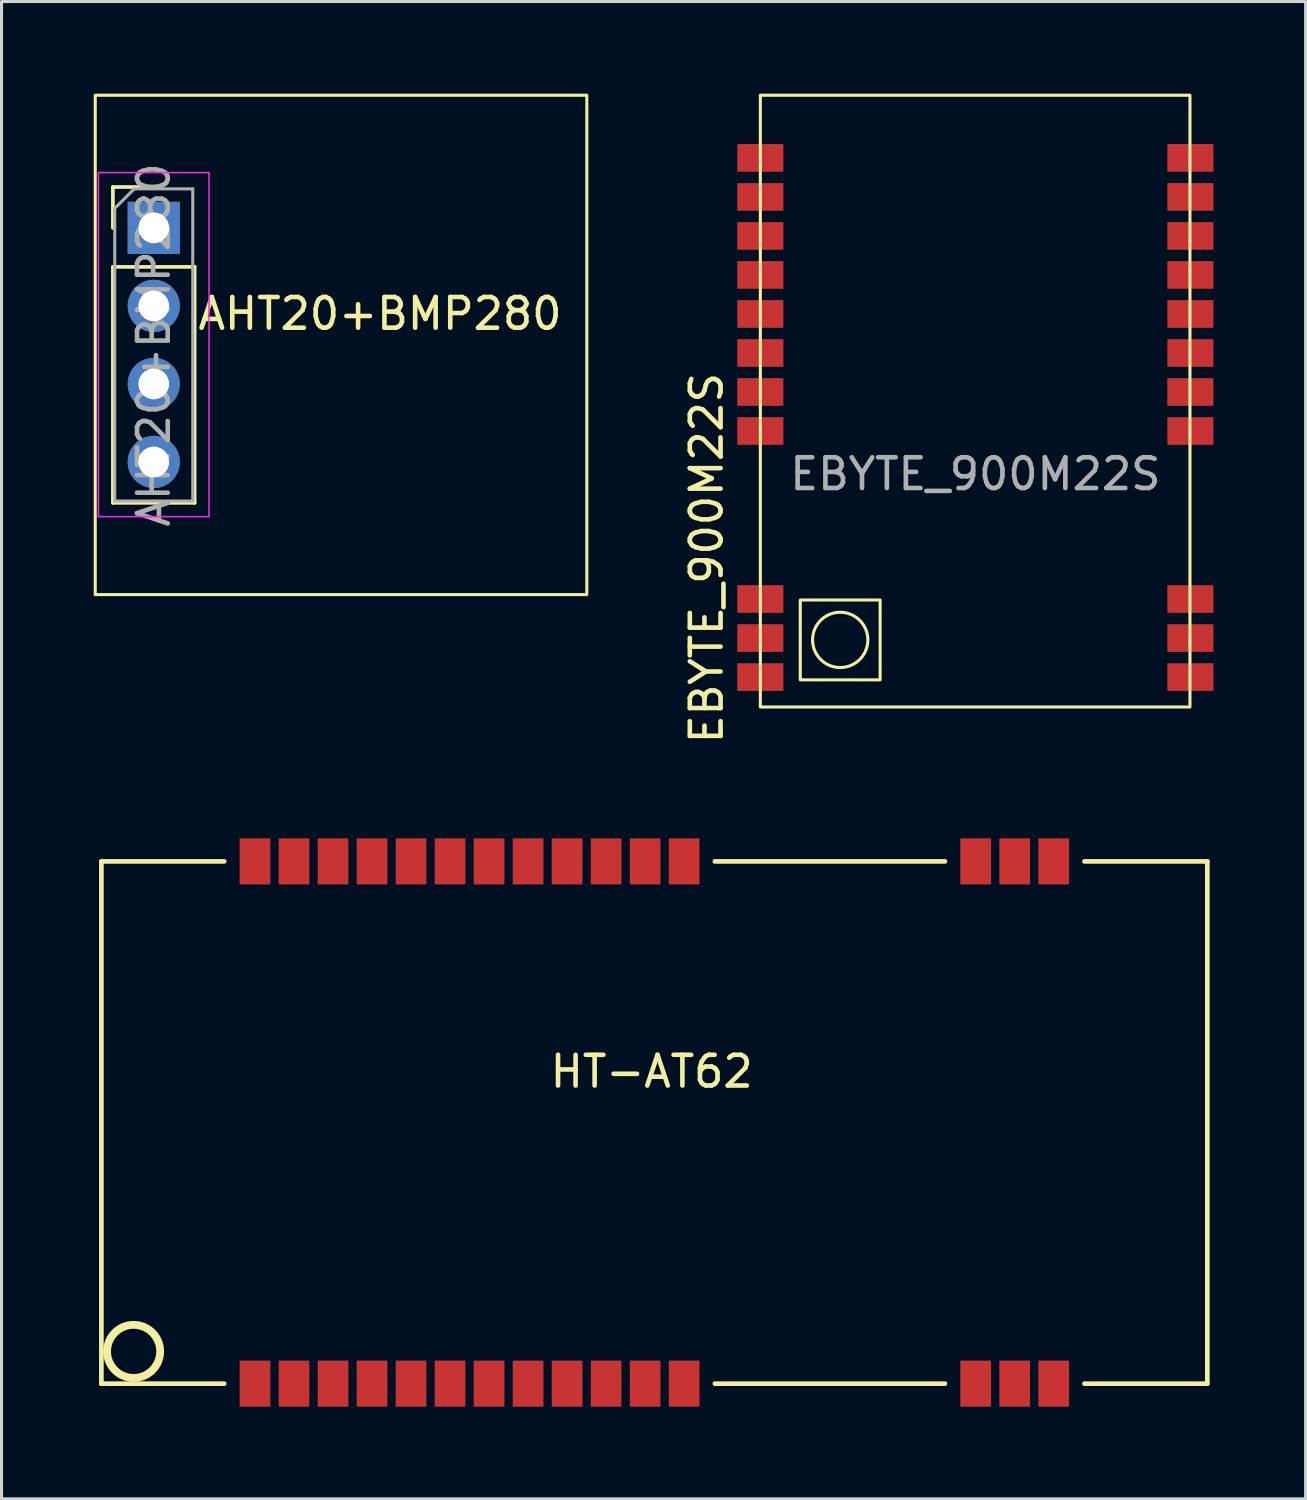
<source format=kicad_pcb>
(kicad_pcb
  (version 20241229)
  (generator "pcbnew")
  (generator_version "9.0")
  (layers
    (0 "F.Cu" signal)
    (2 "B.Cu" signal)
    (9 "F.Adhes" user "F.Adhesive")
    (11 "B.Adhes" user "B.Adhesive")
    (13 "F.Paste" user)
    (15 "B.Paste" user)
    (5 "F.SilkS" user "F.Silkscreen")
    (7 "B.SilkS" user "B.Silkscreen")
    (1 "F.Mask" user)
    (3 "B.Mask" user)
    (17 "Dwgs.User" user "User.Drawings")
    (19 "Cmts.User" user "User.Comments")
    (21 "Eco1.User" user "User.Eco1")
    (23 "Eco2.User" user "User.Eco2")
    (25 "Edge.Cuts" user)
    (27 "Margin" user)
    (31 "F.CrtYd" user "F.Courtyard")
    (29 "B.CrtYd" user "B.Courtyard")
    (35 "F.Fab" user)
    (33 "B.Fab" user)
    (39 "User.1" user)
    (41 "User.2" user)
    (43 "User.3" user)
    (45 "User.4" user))
  (footprint "HT-AT62"
    (layer "F.Cu")
    (at 0.25 41.99)
    (property "Reference" "HT-AT62" (at 17.913 -10.16 0) (layer "F.SilkS") (effects (font (size 1 1) (thickness 0.15))))
    (fp_line (start 0 -17) (end 4 -17) (stroke (width 0.152) (type solid)) (layer "F.SilkS"))
    (fp_line (start 0 0) (end 0 -17) (stroke (width 0.152) (type solid)) (layer "F.SilkS"))
    (fp_line (start 0 0) (end 4 0) (stroke (width 0.152) (type solid)) (layer "F.SilkS"))
    (fp_line (start 19.97 -17) (end 27.46 -17) (stroke (width 0.152) (type solid)) (layer "F.SilkS"))
    (fp_line (start 19.97 0) (end 27.46 0) (stroke (width 0.152) (type solid)) (layer "F.SilkS"))
    (fp_line (start 32 -17) (end 36 -17) (stroke (width 0.152) (type solid)) (layer "F.SilkS"))
    (fp_line (start 32 0) (end 36 0) (stroke (width 0.152) (type solid)) (layer "F.SilkS"))
    (fp_line (start 36 0) (end 36 -17) (stroke (width 0.152) (type solid)) (layer "F.SilkS"))
    (fp_circle (center 1.05 -1.05) (end 1.05 -1.914) (stroke (width 0.254) (type solid)) (fill no) (layer "F.SilkS"))
    (pad "1" smd rect (at 5 0) (size 1 1.5) (layers "F.Cu" "F.Mask" "F.Paste"))
    (pad "2" smd rect (at 6.27 0) (size 1 1.5) (layers "F.Cu" "F.Mask" "F.Paste"))
    (pad "3" smd rect (at 7.54 0) (size 1 1.5) (layers "F.Cu" "F.Mask" "F.Paste"))
    (pad "4" smd rect (at 8.81 0) (size 1 1.5) (layers "F.Cu" "F.Mask" "F.Paste"))
    (pad "5" smd rect (at 10.08 0) (size 1 1.5) (layers "F.Cu" "F.Mask" "F.Paste"))
    (pad "6" smd rect (at 11.35 0) (size 1 1.5) (layers "F.Cu" "F.Mask" "F.Paste"))
    (pad "7" smd rect (at 12.62 0) (size 1 1.5) (layers "F.Cu" "F.Mask" "F.Paste"))
    (pad "8" smd rect (at 13.89 0 180) (size 1 1.5) (layers "F.Cu" "F.Mask" "F.Paste"))
    (pad "9" smd rect (at 15.16 0 180) (size 1 1.5) (layers "F.Cu" "F.Mask" "F.Paste"))
    (pad "10" smd rect (at 16.43 0 180) (size 1 1.5) (layers "F.Cu" "F.Mask" "F.Paste"))
    (pad "11" smd rect (at 17.7 0 180) (size 1 1.5) (layers "F.Cu" "F.Mask" "F.Paste"))
    (pad "12" smd rect (at 18.97 0 180) (size 1 1.5) (layers "F.Cu" "F.Mask" "F.Paste"))
    (pad "13" smd rect (at 28.46 0 180) (size 1 1.5) (layers "F.Cu" "F.Mask" "F.Paste"))
    (pad "14" smd rect (at 29.73 0 180) (size 1 1.5) (layers "F.Cu" "F.Mask" "F.Paste"))
    (pad "15" smd rect (at 31 0 180) (size 1 1.5) (layers "F.Cu" "F.Mask" "F.Paste"))
    (pad "16" smd rect (at 31 -17 180) (size 1 1.5) (layers "F.Cu" "F.Mask" "F.Paste"))
    (pad "17" smd rect (at 29.73 -17 180) (size 1 1.5) (layers "F.Cu" "F.Mask" "F.Paste"))
    (pad "18" smd rect (at 28.46 -17 180) (size 1 1.5) (layers "F.Cu" "F.Mask" "F.Paste"))
    (pad "19" smd rect (at 18.97 -17 180) (size 1 1.5) (layers "F.Cu" "F.Mask" "F.Paste"))
    (pad "20" smd rect (at 17.7 -17 180) (size 1 1.5) (layers "F.Cu" "F.Mask" "F.Paste"))
    (pad "21" smd rect (at 16.43 -17 180) (size 1 1.5) (layers "F.Cu" "F.Mask" "F.Paste"))
    (pad "22" smd rect (at 15.16 -17 180) (size 1 1.5) (layers "F.Cu" "F.Mask" "F.Paste"))
    (pad "23" smd rect (at 13.89 -17 180) (size 1 1.5) (layers "F.Cu" "F.Mask" "F.Paste"))
    (pad "24" smd rect (at 12.62 -17) (size 1 1.5) (layers "F.Cu" "F.Mask" "F.Paste"))
    (pad "25" smd rect (at 11.35 -17) (size 1 1.5) (layers "F.Cu" "F.Mask" "F.Paste"))
    (pad "26" smd rect (at 10.08 -17) (size 1 1.5) (layers "F.Cu" "F.Mask" "F.Paste"))
    (pad "27" smd rect (at 8.81 -17) (size 1 1.5) (layers "F.Cu" "F.Mask" "F.Paste"))
    (pad "28" smd rect (at 7.54 -17) (size 1 1.5) (layers "F.Cu" "F.Mask" "F.Paste"))
    (pad "29" smd rect (at 6.27 -17) (size 1 1.5) (layers "F.Cu" "F.Mask" "F.Paste"))
    (pad "30" smd rect (at 5 -17) (size 1 1.5) (layers "F.Cu" "F.Mask" "F.Paste")))
  (footprint "EBYTE_900M22S"
    (layer "F.Cu")
    (at 28.7 11.48)
    (property "Reference" "EBYTE_900M22S" (at -8.75 9.76 90) (layer "F.SilkS") (effects (font (size 1 1) (thickness 0.15)) (justify left)))
    (attr smd)
    (fp_rect (start -7 -11.43) (end 6.985 8.484) (stroke (width 0.1) (type default)) (fill no) (layer "F.SilkS"))
    (fp_rect (start -5.7 5) (end -3.1 7.6) (stroke (width 0.1) (type default)) (fill no) (layer "F.SilkS"))
    (fp_circle (center -4.4 6.3) (end -3.5 6.3) (stroke (width 0.1) (type default)) (fill no) (layer "F.SilkS"))
    (fp_text user "${REFERENCE}" (at 0 0.9 0) (layer "F.Fab") (effects (font (size 1 1) (thickness 0.15))))
    (pad "1" smd rect (at -7 7.51) (size 1.5 0.9) (layers "F.Cu" "F.Mask" "F.Paste"))
    (pad "2" smd rect (at -7 6.24) (size 1.5 0.9) (layers "F.Cu" "F.Mask" "F.Paste"))
    (pad "3" smd rect (at -7 4.97) (size 1.5 0.9) (layers "F.Cu" "F.Mask" "F.Paste"))
    (pad "4" smd rect (at -7 -0.5) (size 1.5 0.9) (layers "F.Cu" "F.Mask" "F.Paste"))
    (pad "5" smd rect (at -7 -1.77) (size 1.5 0.9) (layers "F.Cu" "F.Mask" "F.Paste"))
    (pad "6" smd rect (at -7 -3.04) (size 1.5 0.9) (layers "F.Cu" "F.Mask" "F.Paste"))
    (pad "7" smd rect (at -7 -4.31) (size 1.5 0.9) (layers "F.Cu" "F.Mask" "F.Paste"))
    (pad "8" smd rect (at -7 -5.58) (size 1.5 0.9) (layers "F.Cu" "F.Mask" "F.Paste"))
    (pad "9" smd rect (at -7 -6.85) (size 1.5 0.9) (layers "F.Cu" "F.Mask" "F.Paste"))
    (pad "10" smd rect (at -7 -8.12) (size 1.5 0.9) (layers "F.Cu" "F.Mask" "F.Paste"))
    (pad "11" smd rect (at -7 -9.39) (size 1.5 0.9) (layers "F.Cu" "F.Mask" "F.Paste"))
    (pad "12" smd rect (at 7 -9.39) (size 1.5 0.9) (layers "F.Cu" "F.Mask" "F.Paste"))
    (pad "13" smd rect (at 7 -8.12) (size 1.5 0.9) (layers "F.Cu" "F.Mask" "F.Paste"))
    (pad "14" smd rect (at 7 -6.85) (size 1.5 0.9) (layers "F.Cu" "F.Mask" "F.Paste"))
    (pad "15" smd rect (at 7 -5.58) (size 1.5 0.9) (layers "F.Cu" "F.Mask" "F.Paste"))
    (pad "16" smd rect (at 7 -4.31) (size 1.5 0.9) (layers "F.Cu" "F.Mask" "F.Paste"))
    (pad "17" smd rect (at 7 -3.04) (size 1.5 0.9) (layers "F.Cu" "F.Mask" "F.Paste"))
    (pad "18" smd rect (at 7 -1.77) (size 1.5 0.9) (layers "F.Cu" "F.Mask" "F.Paste"))
    (pad "19" smd rect (at 7 -0.5) (size 1.5 0.9) (layers "F.Cu" "F.Mask" "F.Paste"))
    (pad "20" smd rect (at 7 4.97) (size 1.5 0.9) (layers "F.Cu" "F.Mask" "F.Paste"))
    (pad "21" smd rect (at 7 6.24) (size 1.5 0.9) (layers "F.Cu" "F.Mask" "F.Paste"))
    (pad "22" smd rect (at 7 7.51) (size 1.5 0.9) (layers "F.Cu" "F.Mask" "F.Paste")))
  (footprint "AHT20+BMP280"
    (layer "F.Cu")
    (at 1.955 4.368)
    (property "Reference" "AHT20+BMP280" (at 7.366 2.794 0) (layer "F.SilkS") (effects (font (size 1 1) (thickness 0.15))))
    (attr through_hole)
    (fp_line (start -1.33 -1.33) (end 0 -1.33) (stroke (width 0.12) (type solid)) (layer "F.SilkS"))
    (fp_line (start -1.33 0) (end -1.33 -1.33) (stroke (width 0.12) (type solid)) (layer "F.SilkS"))
    (fp_line (start -1.33 1.27) (end -1.33 8.95) (stroke (width 0.12) (type solid)) (layer "F.SilkS"))
    (fp_line (start -1.33 1.27) (end 1.33 1.27) (stroke (width 0.12) (type solid)) (layer "F.SilkS"))
    (fp_line (start -1.33 8.95) (end 1.33 8.95) (stroke (width 0.12) (type solid)) (layer "F.SilkS"))
    (fp_line (start 1.33 1.27) (end 1.33 8.95) (stroke (width 0.12) (type solid)) (layer "F.SilkS"))
    (fp_rect (start -1.905 -4.318) (end 14.097 11.938) (stroke (width 0.1) (type default)) (fill no) (layer "F.SilkS"))
    (fp_line (start -1.8 -1.8) (end -1.8 9.4) (stroke (width 0.05) (type solid)) (layer "F.CrtYd"))
    (fp_line (start -1.8 9.4) (end 1.8 9.4) (stroke (width 0.05) (type solid)) (layer "F.CrtYd"))
    (fp_line (start 1.8 -1.8) (end -1.8 -1.8) (stroke (width 0.05) (type solid)) (layer "F.CrtYd"))
    (fp_line (start 1.8 9.4) (end 1.8 -1.8) (stroke (width 0.05) (type solid)) (layer "F.CrtYd"))
    (fp_line (start -1.27 -0.635) (end -0.635 -1.27) (stroke (width 0.1) (type solid)) (layer "F.Fab"))
    (fp_line (start -1.27 8.89) (end -1.27 -0.635) (stroke (width 0.1) (type solid)) (layer "F.Fab"))
    (fp_line (start -0.635 -1.27) (end 1.27 -1.27) (stroke (width 0.1) (type solid)) (layer "F.Fab"))
    (fp_line (start 1.27 -1.27) (end 1.27 8.89) (stroke (width 0.1) (type solid)) (layer "F.Fab"))
    (fp_line (start 1.27 8.89) (end -1.27 8.89) (stroke (width 0.1) (type solid)) (layer "F.Fab"))
    (fp_text user "${REFERENCE}" (at 0 3.81 90) (layer "F.Fab") (effects (font (size 1 1) (thickness 0.15))))
    (pad "1" thru_hole rect (at 0 0) (size 1.7 1.7) (drill 1) (layers "*.Cu" "*.Mask"))
    (pad "2" thru_hole oval (at 0 2.54) (size 1.7 1.7) (drill 1) (layers "*.Cu" "*.Mask"))
    (pad "3" thru_hole oval (at 0 5.08) (size 1.7 1.7) (drill 1) (layers "*.Cu" "*.Mask"))
    (pad "4" thru_hole oval (at 0 7.62) (size 1.7 1.7) (drill 1) (layers "*.Cu" "*.Mask")))
  (gr_rect
    (start -3 -3)
    (end 39.45 45.74)
    (stroke (width 0.1) (type default))
    (fill no)
    (layer "Edge.Cuts")))
</source>
